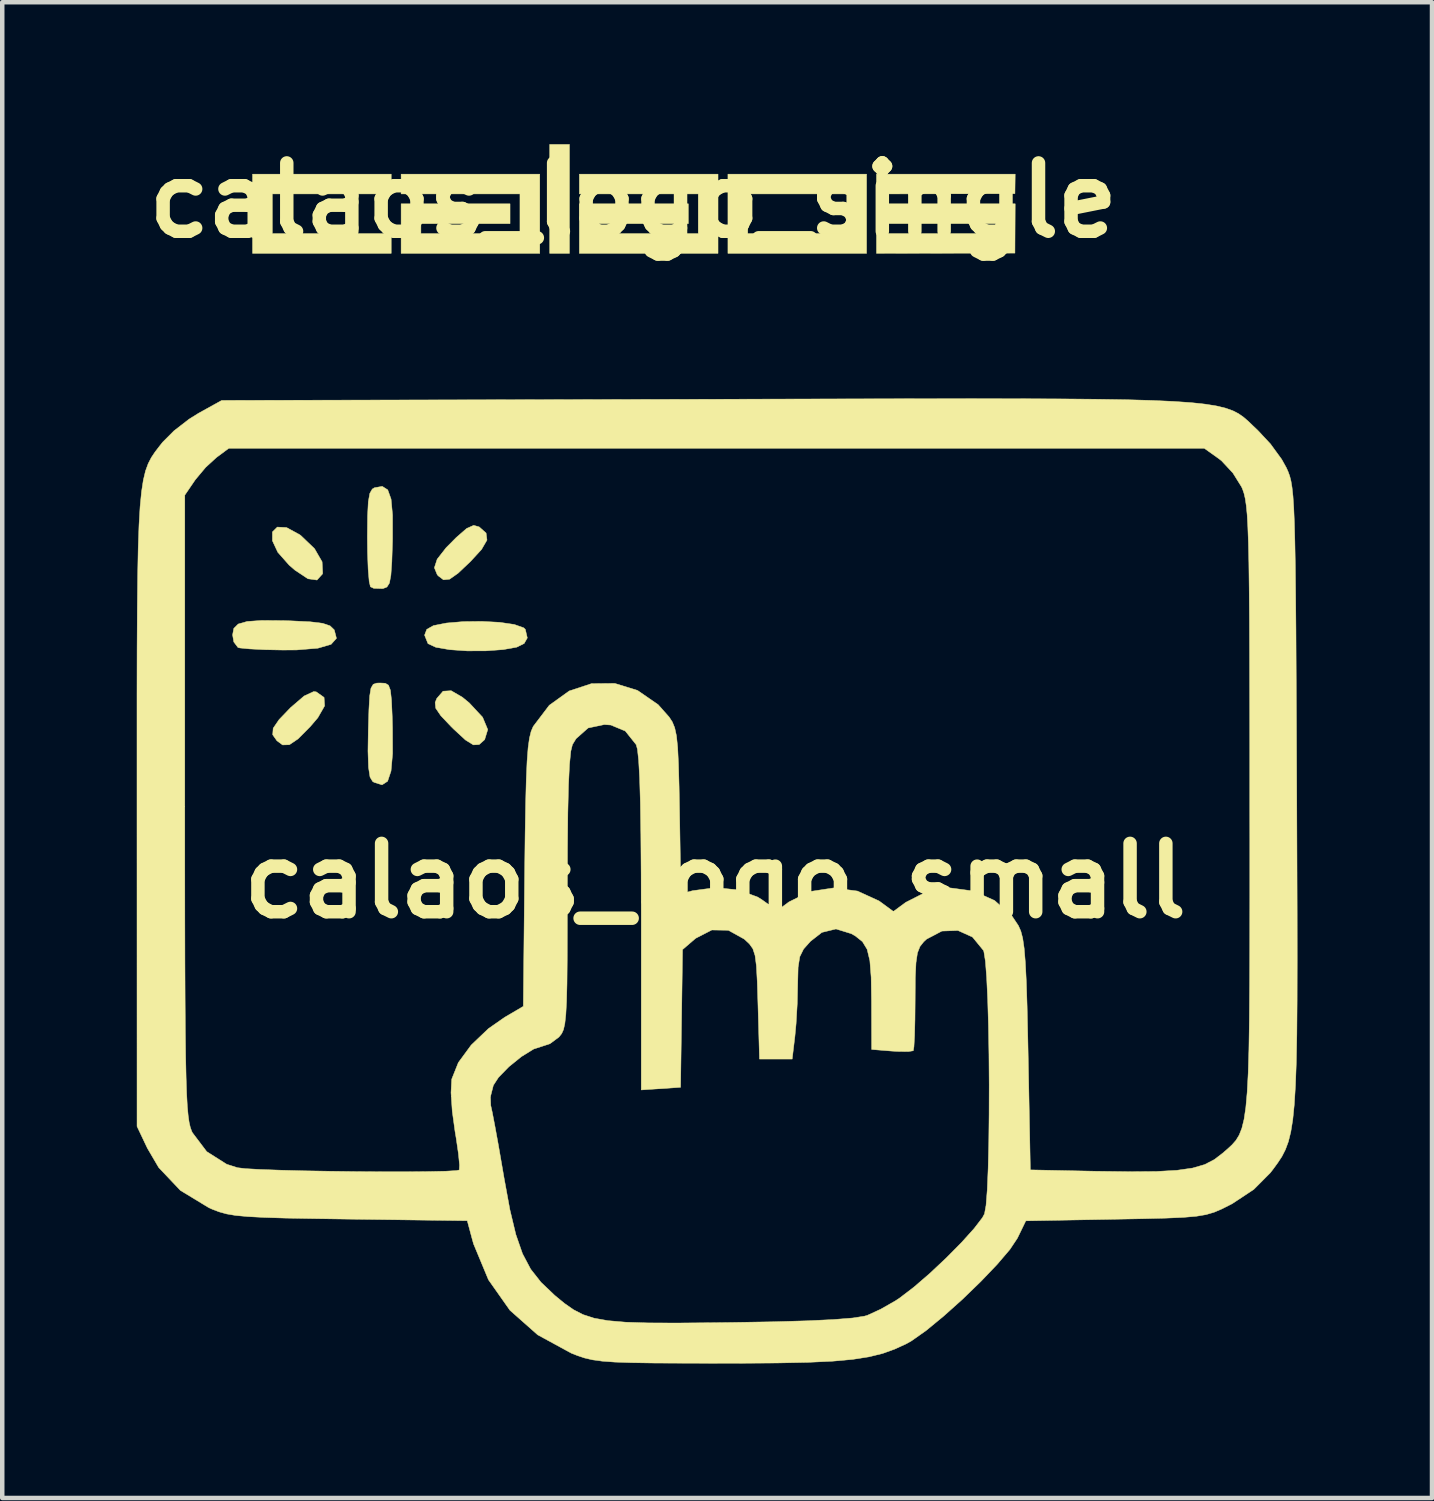
<source format=kicad_pcb>
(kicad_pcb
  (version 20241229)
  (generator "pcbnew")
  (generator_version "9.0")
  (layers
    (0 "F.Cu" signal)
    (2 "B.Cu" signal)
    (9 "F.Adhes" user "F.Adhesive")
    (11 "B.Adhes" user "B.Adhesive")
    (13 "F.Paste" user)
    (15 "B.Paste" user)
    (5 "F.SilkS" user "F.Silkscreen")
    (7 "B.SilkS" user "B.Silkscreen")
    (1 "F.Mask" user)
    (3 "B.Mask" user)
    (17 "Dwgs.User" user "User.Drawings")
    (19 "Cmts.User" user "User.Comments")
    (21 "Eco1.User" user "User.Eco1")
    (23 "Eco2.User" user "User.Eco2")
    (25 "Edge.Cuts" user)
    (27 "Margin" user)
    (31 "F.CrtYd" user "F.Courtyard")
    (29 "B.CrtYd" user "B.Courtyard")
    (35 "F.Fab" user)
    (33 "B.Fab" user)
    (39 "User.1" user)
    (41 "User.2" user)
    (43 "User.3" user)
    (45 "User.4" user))
  (footprint "calaos_logo_single"
    (layer "F.Cu")
    (at 11.074 1.418)
    (property "Reference" "calaos_logo_single" (at 0 0 0) (layer "F.SilkS") (effects (font (size 1.524 1.524) (thickness 0.3))))
    (attr through_hole)
    (fp_poly (pts (xy -1.425 1.182) (xy -1.866 1.182) (xy -1.866 -1.248) (xy -1.425 -1.248) (xy -1.425 1.182)) (stroke (width 0.01) (type solid)) (fill yes) (layer "F.SilkS"))
    (fp_poly (pts (xy 8.509 -0.149) (xy 5.422 -0.143) (xy 5.422 -0.585) (xy 8.515 -0.585) (xy 8.509 -0.149)) (stroke (width 0.01) (type solid)) (fill yes) (layer "F.SilkS"))
    (fp_poly (pts (xy -5.4 -0.144) (xy -8.051 -0.144) (xy -8.051 0.74) (xy -5.4 0.74) (xy -5.4 1.182) (xy -8.492 1.182) (xy -8.492 -0.585) (xy -5.4 -0.585) (xy -5.4 -0.144)) (stroke (width 0.01) (type solid)) (fill yes) (layer "F.SilkS"))
    (fp_poly (pts (xy 8.509 1.176) (xy 6.966 1.179) (xy 5.422 1.182) (xy 5.422 0.74) (xy 8.073 0.74) (xy 8.073 0.519) (xy 5.422 0.519) (xy 5.422 0.077) (xy 8.515 0.077) (xy 8.509 1.176)) (stroke (width 0.01) (type solid)) (fill yes) (layer "F.SilkS"))
    (fp_poly (pts (xy 5.201 1.182) (xy 2.109 1.182) (xy 2.109 -0.144) (xy 2.551 -0.144) (xy 2.551 0.74) (xy 4.76 0.74) (xy 4.76 -0.144) (xy 2.551 -0.144) (xy 2.109 -0.144) (xy 2.109 -0.585) (xy 5.201 -0.585) (xy 5.201 1.182)) (stroke (width 0.01) (type solid)) (fill yes) (layer "F.SilkS"))
    (fp_poly (pts (xy -2.087 1.182) (xy -5.179 1.182) (xy -5.179 0.077) (xy -2.75 0.077) (xy -2.75 0.519) (xy -4.738 0.519) (xy -4.738 0.74) (xy -2.529 0.74) (xy -2.529 -0.144) (xy -5.179 -0.144) (xy -5.179 -0.585) (xy -2.087 -0.585) (xy -2.087 1.182)) (stroke (width 0.01) (type solid)) (fill yes) (layer "F.SilkS"))
    (fp_poly (pts (xy 1.888 1.182) (xy -1.204 1.182) (xy -1.204 0.077) (xy 1.226 0.077) (xy 1.226 0.519) (xy -0.762 0.519) (xy -0.762 0.74) (xy 1.447 0.74) (xy 1.447 -0.144) (xy -1.204 -0.144) (xy -1.204 -0.585) (xy 1.888 -0.585) (xy 1.888 1.182)) (stroke (width 0.01) (type solid)) (fill yes) (layer "F.SilkS")))
  (footprint "calaos_logo_small"
    (layer "F.Cu")
    (at 12.898 16.592)
    (property "Reference" "calaos_logo_small" (at 0 0 0) (layer "F.SilkS") (effects (font (size 1.524 1.524) (thickness 0.3))))
    (attr through_hole)
    (fp_poly (pts (xy -9.558 -7.878) (xy -9.267 -7.72) (xy -9.239 -7.699) (xy -8.934 -7.407) (xy -8.765 -7.114) (xy -8.752 -6.857) (xy -8.758 -6.841) (xy -8.879 -6.707) (xy -9.08 -6.735) (xy -9.371 -6.928) (xy -9.5 -7.04) (xy -9.753 -7.326) (xy -9.873 -7.583) (xy -9.873 -7.78) (xy -9.764 -7.888) (xy -9.558 -7.878)) (stroke (width 0.01) (type solid)) (fill yes) (layer "F.SilkS"))
    (fp_poly (pts (xy -8.895 -4.213) (xy -8.721 -4.089) (xy -8.709 -3.901) (xy -8.86 -3.637) (xy -9.03 -3.438) (xy -9.301 -3.165) (xy -9.495 -3.034) (xy -9.646 -3.03) (xy -9.772 -3.122) (xy -9.867 -3.257) (xy -9.856 -3.402) (xy -9.724 -3.595) (xy -9.469 -3.861) (xy -9.166 -4.121) (xy -8.953 -4.22) (xy -8.895 -4.213)) (stroke (width 0.01) (type solid)) (fill yes) (layer "F.SilkS"))
    (fp_poly (pts (xy -5.262 -7.892) (xy -5.108 -7.755) (xy -5.088 -7.599) (xy -5.209 -7.39) (xy -5.455 -7.122) (xy -5.734 -6.858) (xy -5.922 -6.726) (xy -6.058 -6.712) (xy -6.177 -6.802) (xy -6.199 -6.829) (xy -6.261 -6.981) (xy -6.199 -7.172) (xy -6 -7.427) (xy -5.773 -7.656) (xy -5.542 -7.857) (xy -5.385 -7.927) (xy -5.262 -7.892)) (stroke (width 0.01) (type solid)) (fill yes) (layer "F.SilkS"))
    (fp_poly (pts (xy -5.636 -4.093) (xy -5.485 -3.969) (xy -5.186 -3.648) (xy -5.071 -3.373) (xy -5.14 -3.148) (xy -5.142 -3.146) (xy -5.263 -3.038) (xy -5.392 -3.031) (xy -5.568 -3.14) (xy -5.827 -3.379) (xy -5.885 -3.436) (xy -6.119 -3.683) (xy -6.231 -3.848) (xy -6.244 -3.976) (xy -6.208 -4.066) (xy -6.068 -4.228) (xy -5.887 -4.239) (xy -5.636 -4.093)) (stroke (width 0.01) (type solid)) (fill yes) (layer "F.SilkS"))
    (fp_poly (pts (xy -4.807 -5.764) (xy -4.479 -5.716) (xy -4.27 -5.642) (xy -4.233 -5.607) (xy -4.189 -5.416) (xy -4.259 -5.292) (xy -4.425 -5.21) (xy -4.728 -5.156) (xy -5.114 -5.128) (xy -5.529 -5.127) (xy -5.918 -5.154) (xy -6.227 -5.207) (xy -6.401 -5.287) (xy -6.405 -5.292) (xy -6.48 -5.478) (xy -6.431 -5.607) (xy -6.282 -5.691) (xy -5.993 -5.748) (xy -5.617 -5.78) (xy -5.204 -5.785) (xy -4.807 -5.764)) (stroke (width 0.01) (type solid)) (fill yes) (layer "F.SilkS"))
    (fp_poly (pts (xy -9.624 -5.802) (xy -9.463 -5.797) (xy -9.031 -5.776) (xy -8.753 -5.742) (xy -8.588 -5.686) (xy -8.498 -5.6) (xy -8.493 -5.593) (xy -8.445 -5.407) (xy -8.565 -5.273) (xy -8.859 -5.187) (xy -9.333 -5.148) (xy -9.64 -5.146) (xy -10.044 -5.154) (xy -10.38 -5.171) (xy -10.596 -5.192) (xy -10.64 -5.202) (xy -10.734 -5.326) (xy -10.761 -5.484) (xy -10.734 -5.629) (xy -10.636 -5.726) (xy -10.437 -5.783) (xy -10.109 -5.806) (xy -9.624 -5.802)) (stroke (width 0.01) (type solid)) (fill yes) (layer "F.SilkS"))
    (fp_poly (pts (xy -7.356 -4.405) (xy -7.285 -4.363) (xy -7.242 -4.25) (xy -7.218 -4.032) (xy -7.202 -3.674) (xy -7.195 -3.407) (xy -7.193 -2.839) (xy -7.228 -2.448) (xy -7.304 -2.22) (xy -7.428 -2.14) (xy -7.604 -2.195) (xy -7.638 -2.215) (xy -7.696 -2.312) (xy -7.73 -2.53) (xy -7.742 -2.893) (xy -7.735 -3.353) (xy -7.721 -3.816) (xy -7.704 -4.12) (xy -7.675 -4.297) (xy -7.625 -4.382) (xy -7.545 -4.409) (xy -7.465 -4.411) (xy -7.356 -4.405)) (stroke (width 0.01) (type solid)) (fill yes) (layer "F.SilkS"))
    (fp_poly (pts (xy -7.301 -8.718) (xy -7.227 -8.512) (xy -7.194 -8.155) (xy -7.194 -7.629) (xy -7.195 -7.572) (xy -7.21 -7.113) (xy -7.231 -6.814) (xy -7.264 -6.639) (xy -7.319 -6.552) (xy -7.401 -6.519) (xy -7.42 -6.516) (xy -7.613 -6.522) (xy -7.687 -6.556) (xy -7.715 -6.676) (xy -7.738 -6.946) (xy -7.752 -7.324) (xy -7.756 -7.665) (xy -7.751 -8.138) (xy -7.735 -8.451) (xy -7.701 -8.639) (xy -7.646 -8.736) (xy -7.598 -8.765) (xy -7.423 -8.796) (xy -7.301 -8.718)) (stroke (width 0.01) (type solid)) (fill yes) (layer "F.SilkS"))
    (fp_poly (pts (xy 6.781 -10.75) (xy 7.706 -10.746) (xy 8.502 -10.739) (xy 9.18 -10.728) (xy 9.752 -10.712) (xy 10.227 -10.69) (xy 10.617 -10.663) (xy 10.933 -10.629) (xy 11.186 -10.588) (xy 11.387 -10.539) (xy 11.546 -10.482) (xy 11.674 -10.416) (xy 11.782 -10.34) (xy 11.882 -10.254) (xy 11.983 -10.157) (xy 12.098 -10.048) (xy 12.101 -10.045) (xy 12.384 -9.742) (xy 12.634 -9.399) (xy 12.739 -9.21) (xy 12.778 -9.122) (xy 12.812 -9.029) (xy 12.841 -8.916) (xy 12.865 -8.77) (xy 12.886 -8.575) (xy 12.903 -8.318) (xy 12.917 -7.986) (xy 12.928 -7.563) (xy 12.938 -7.036) (xy 12.945 -6.39) (xy 12.952 -5.612) (xy 12.957 -4.687) (xy 12.963 -3.601) (xy 12.968 -2.341) (xy 12.97 -1.853) (xy 12.975 -0.467) (xy 12.979 0.74) (xy 12.98 1.781) (xy 12.978 2.67) (xy 12.972 3.421) (xy 12.96 4.048) (xy 12.941 4.565) (xy 12.915 4.987) (xy 12.881 5.327) (xy 12.837 5.599) (xy 12.783 5.817) (xy 12.717 5.995) (xy 12.639 6.148) (xy 12.547 6.288) (xy 12.442 6.432) (xy 12.38 6.512) (xy 12.011 6.883) (xy 11.53 7.201) (xy 11.493 7.22) (xy 11.299 7.318) (xy 11.128 7.391) (xy 10.948 7.444) (xy 10.729 7.481) (xy 10.438 7.506) (xy 10.044 7.523) (xy 9.514 7.536) (xy 8.927 7.547) (xy 6.928 7.583) (xy 6.74 7.97) (xy 6.573 8.221) (xy 6.288 8.555) (xy 5.923 8.937) (xy 5.513 9.334) (xy 5.094 9.709) (xy 4.704 10.03) (xy 4.378 10.26) (xy 4.27 10.321) (xy 4.006 10.443) (xy 3.734 10.541) (xy 3.428 10.616) (xy 3.064 10.673) (xy 2.618 10.713) (xy 2.064 10.739) (xy 1.378 10.753) (xy 0.534 10.759) (xy 0.068 10.759) (xy -0.736 10.757) (xy -1.371 10.754) (xy -1.863 10.746) (xy -2.238 10.733) (xy -2.521 10.712) (xy -2.737 10.682) (xy -2.913 10.641) (xy -3.074 10.587) (xy -3.208 10.534) (xy -3.957 10.126) (xy -4.576 9.578) (xy -5.055 8.898) (xy -5.388 8.097) (xy -5.42 7.982) (xy -5.528 7.58) (xy -8.169 7.545) (xy -8.959 7.533) (xy -9.58 7.522) (xy -10.059 7.507) (xy -10.421 7.488) (xy -10.692 7.463) (xy -10.898 7.428) (xy -11.063 7.382) (xy -11.215 7.324) (xy -11.294 7.288) (xy -11.925 6.905) (xy -12.409 6.394) (xy -12.662 5.962) (xy -12.892 5.477) (xy -12.893 -1.563) (xy -12.893 -2.944) (xy -12.893 -4.144) (xy -12.891 -5.178) (xy -12.886 -6.06) (xy -12.878 -6.804) (xy -12.866 -7.423) (xy -12.848 -7.932) (xy -12.824 -8.344) (xy -12.799 -8.6) (xy -11.827 -8.6) (xy -11.827 -1.658) (xy -11.827 -0.324) (xy -11.826 0.83) (xy -11.824 1.818) (xy -11.82 2.653) (xy -11.815 3.349) (xy -11.808 3.921) (xy -11.798 4.381) (xy -11.786 4.744) (xy -11.771 5.024) (xy -11.752 5.233) (xy -11.73 5.387) (xy -11.704 5.499) (xy -11.674 5.582) (xy -11.658 5.616) (xy -11.338 6.039) (xy -10.893 6.321) (xy -10.652 6.398) (xy -10.477 6.419) (xy -10.152 6.437) (xy -9.709 6.453) (xy -9.181 6.467) (xy -8.598 6.477) (xy -7.994 6.485) (xy -7.4 6.489) (xy -6.849 6.489) (xy -6.372 6.484) (xy -6.001 6.476) (xy -5.769 6.462) (xy -5.706 6.449) (xy -5.7 6.339) (xy -5.725 6.085) (xy -5.776 5.735) (xy -5.8 5.593) (xy -5.863 5.135) (xy -5.884 4.815) (xy -5.011 4.815) (xy -5.004 5.01) (xy -4.97 5.165) (xy -4.911 5.472) (xy -4.834 5.894) (xy -4.748 6.391) (xy -4.707 6.628) (xy -4.577 7.336) (xy -4.445 7.887) (xy -4.296 8.316) (xy -4.114 8.66) (xy -3.883 8.954) (xy -3.588 9.235) (xy -3.575 9.247) (xy -3.36 9.424) (xy -3.158 9.565) (xy -2.946 9.674) (xy -2.699 9.754) (xy -2.391 9.809) (xy -1.999 9.843) (xy -1.498 9.859) (xy -0.863 9.862) (xy -0.07 9.855) (xy 0.339 9.85) (xy 1.289 9.834) (xy 2.053 9.812) (xy 2.642 9.784) (xy 3.065 9.75) (xy 3.329 9.709) (xy 3.393 9.691) (xy 3.689 9.555) (xy 4.021 9.366) (xy 4.12 9.3) (xy 4.431 9.062) (xy 4.788 8.754) (xy 5.155 8.409) (xy 5.496 8.064) (xy 5.776 7.753) (xy 5.961 7.512) (xy 6.007 7.426) (xy 6.041 7.238) (xy 6.068 6.892) (xy 6.088 6.418) (xy 6.102 5.848) (xy 6.109 5.213) (xy 6.111 4.545) (xy 6.106 3.874) (xy 6.095 3.232) (xy 6.078 2.65) (xy 6.055 2.161) (xy 6.027 1.794) (xy 5.993 1.581) (xy 5.984 1.554) (xy 5.739 1.255) (xy 5.414 1.108) (xy 5.057 1.121) (xy 4.716 1.3) (xy 4.651 1.36) (xy 4.567 1.466) (xy 4.511 1.609) (xy 4.479 1.827) (xy 4.463 2.161) (xy 4.46 2.65) (xy 4.456 3.091) (xy 4.447 3.455) (xy 4.433 3.702) (xy 4.418 3.79) (xy 4.305 3.808) (xy 4.067 3.805) (xy 3.933 3.797) (xy 3.49 3.761) (xy 3.487 2.681) (xy 3.479 2.152) (xy 3.45 1.781) (xy 3.389 1.528) (xy 3.285 1.357) (xy 3.127 1.231) (xy 3.036 1.179) (xy 2.695 1.074) (xy 2.38 1.151) (xy 2.125 1.35) (xy 1.972 1.522) (xy 1.887 1.694) (xy 1.85 1.93) (xy 1.841 2.295) (xy 1.831 2.735) (xy 1.805 3.186) (xy 1.779 3.466) (xy 1.718 3.975) (xy 0.989 3.975) (xy 0.955 2.755) (xy 0.939 2.248) (xy 0.92 1.898) (xy 0.89 1.666) (xy 0.841 1.515) (xy 0.764 1.407) (xy 0.652 1.303) (xy 0.649 1.3) (xy 0.294 1.103) (xy -0.074 1.097) (xy -0.43 1.28) (xy -0.455 1.3) (xy -0.727 1.534) (xy -0.749 3.07) (xy -0.771 4.605) (xy -1.648 4.664) (xy -1.648 0.92) (xy -1.65 -0.15) (xy -1.657 -1.036) (xy -1.668 -1.747) (xy -1.684 -2.294) (xy -1.706 -2.686) (xy -1.733 -2.933) (xy -1.761 -3.036) (xy -2.003 -3.339) (xy -2.327 -3.474) (xy -2.472 -3.484) (xy -2.833 -3.408) (xy -3.102 -3.169) (xy -3.183 -3.036) (xy -3.219 -2.89) (xy -3.248 -2.596) (xy -3.27 -2.143) (xy -3.285 -1.524) (xy -3.293 -0.729) (xy -3.296 0.236) (xy -3.297 1.088) (xy -3.299 1.768) (xy -3.304 2.296) (xy -3.314 2.694) (xy -3.33 2.983) (xy -3.352 3.184) (xy -3.382 3.318) (xy -3.422 3.407) (xy -3.473 3.472) (xy -3.49 3.49) (xy -3.685 3.634) (xy -3.838 3.684) (xy -4.045 3.751) (xy -4.319 3.92) (xy -4.6 4.147) (xy -4.832 4.385) (xy -4.946 4.561) (xy -5.011 4.815) (xy -5.884 4.815) (xy -5.89 4.725) (xy -5.875 4.431) (xy -5.874 4.422) (xy -5.727 4.054) (xy -5.44 3.663) (xy -5.054 3.295) (xy -4.692 3.043) (xy -4.278 2.8) (xy -4.248 -0.175) (xy -4.238 -1.035) (xy -4.226 -1.722) (xy -4.212 -2.259) (xy -4.194 -2.667) (xy -4.171 -2.967) (xy -4.141 -3.182) (xy -4.104 -3.332) (xy -4.058 -3.44) (xy -4.057 -3.442) (xy -3.699 -3.914) (xy -3.255 -4.233) (xy -2.757 -4.397) (xy -2.238 -4.402) (xy -1.732 -4.246) (xy -1.271 -3.928) (xy -1.027 -3.653) (xy -0.955 -3.543) (xy -0.902 -3.413) (xy -0.863 -3.233) (xy -0.836 -2.974) (xy -0.818 -2.605) (xy -0.804 -2.097) (xy -0.794 -1.544) (xy -0.764 0.292) (xy -0.503 0.221) (xy 0.006 0.153) (xy 0.515 0.203) (xy 0.949 0.363) (xy 1.04 0.42) (xy 1.384 0.665) (xy 1.646 0.471) (xy 2.112 0.24) (xy 2.641 0.159) (xy 3.174 0.229) (xy 3.653 0.448) (xy 3.699 0.481) (xy 3.975 0.684) (xy 4.25 0.481) (xy 4.724 0.24) (xy 5.242 0.159) (xy 5.758 0.228) (xy 6.231 0.439) (xy 6.617 0.782) (xy 6.763 1.001) (xy 6.816 1.12) (xy 6.858 1.28) (xy 6.891 1.505) (xy 6.917 1.818) (xy 6.939 2.244) (xy 6.957 2.806) (xy 6.973 3.529) (xy 6.98 3.878) (xy 7.029 6.447) (xy 8.483 6.477) (xy 9.244 6.487) (xy 9.84 6.482) (xy 10.298 6.456) (xy 10.648 6.406) (xy 10.916 6.328) (xy 11.131 6.217) (xy 11.314 6.077) (xy 11.429 5.978) (xy 11.528 5.886) (xy 11.614 5.788) (xy 11.686 5.67) (xy 11.746 5.518) (xy 11.795 5.318) (xy 11.834 5.056) (xy 11.864 4.719) (xy 11.887 4.292) (xy 11.903 3.761) (xy 11.913 3.113) (xy 11.919 2.333) (xy 11.922 1.408) (xy 11.923 0.324) (xy 11.923 -0.933) (xy 11.922 -1.621) (xy 11.922 -2.934) (xy 11.92 -4.067) (xy 11.918 -5.035) (xy 11.915 -5.852) (xy 11.909 -6.531) (xy 11.902 -7.088) (xy 11.892 -7.536) (xy 11.879 -7.889) (xy 11.864 -8.161) (xy 11.844 -8.368) (xy 11.821 -8.522) (xy 11.794 -8.639) (xy 11.762 -8.732) (xy 11.74 -8.783) (xy 11.546 -9.094) (xy 11.293 -9.366) (xy 11.233 -9.413) (xy 10.906 -9.646) (xy -10.844 -9.646) (xy -11.118 -9.443) (xy -11.362 -9.22) (xy -11.591 -8.946) (xy -11.609 -8.92) (xy -11.827 -8.6) (xy -12.799 -8.6) (xy -12.792 -8.673) (xy -12.752 -8.934) (xy -12.703 -9.14) (xy -12.643 -9.304) (xy -12.572 -9.441) (xy -12.489 -9.565) (xy -12.393 -9.69) (xy -12.321 -9.781) (xy -12.069 -10.034) (xy -11.733 -10.294) (xy -11.52 -10.427) (xy -11.003 -10.713) (xy -0.151 -10.738) (xy 1.58 -10.743) (xy 3.127 -10.747) (xy 4.503 -10.75) (xy 5.717 -10.751) (xy 6.781 -10.75)) (stroke (width 0.01) (type solid)) (fill yes) (layer "F.SilkS")))
  (gr_rect
    (start -3 -3)
    (end 28.884 30.356)
    (stroke (width 0.1) (type default))
    (fill no)
    (layer "Edge.Cuts")))
</source>
